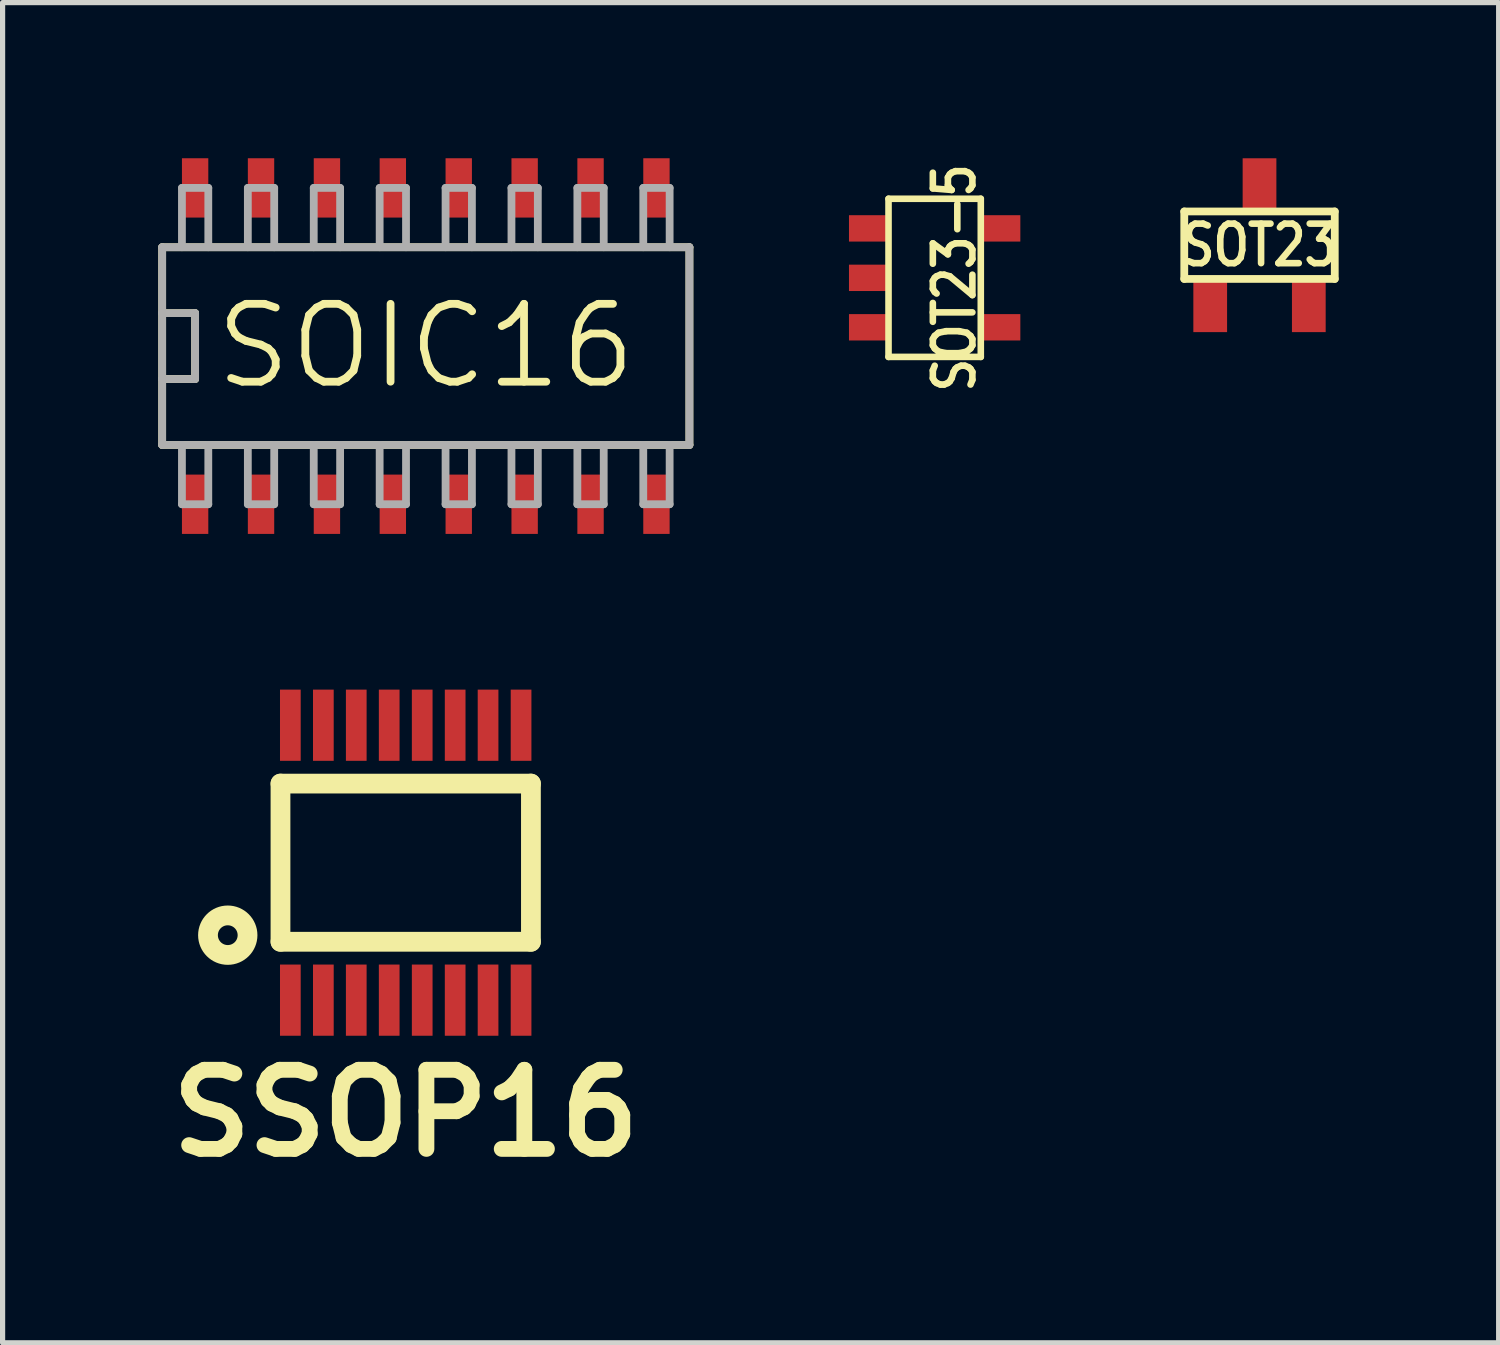
<source format=kicad_pcb>
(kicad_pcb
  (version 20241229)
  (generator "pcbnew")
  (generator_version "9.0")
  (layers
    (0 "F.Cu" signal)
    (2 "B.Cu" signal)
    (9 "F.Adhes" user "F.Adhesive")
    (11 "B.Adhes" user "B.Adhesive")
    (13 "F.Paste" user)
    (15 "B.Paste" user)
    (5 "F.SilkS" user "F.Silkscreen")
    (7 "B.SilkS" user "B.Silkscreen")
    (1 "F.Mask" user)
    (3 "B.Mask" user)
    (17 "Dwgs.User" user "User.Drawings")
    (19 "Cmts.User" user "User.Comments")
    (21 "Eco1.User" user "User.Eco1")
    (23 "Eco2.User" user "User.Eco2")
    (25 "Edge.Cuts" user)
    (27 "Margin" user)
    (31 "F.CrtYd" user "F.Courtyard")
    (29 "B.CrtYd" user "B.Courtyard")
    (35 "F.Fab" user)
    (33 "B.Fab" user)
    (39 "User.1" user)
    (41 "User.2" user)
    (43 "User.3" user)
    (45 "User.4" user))
  (footprint "SOIC16"
    (layer "F.Cu")
    (at 5.155 3.619)
    (property "Reference" "SOIC16" (at 0 0 0) (layer "F.SilkS") (effects (font (size 1.5 1.5) (thickness 0.15))))
    (attr through_hole)
    (fp_line (start -5.08 -1.905) (end 5.08 -1.905) (stroke (width 0.15) (type solid)) (layer "F.SilkS"))
    (fp_line (start -5.08 -0.635) (end -4.445 -0.635) (stroke (width 0.15) (type solid)) (layer "F.SilkS"))
    (fp_line (start -5.08 1.905) (end -5.08 -1.905) (stroke (width 0.15) (type solid)) (layer "F.SilkS"))
    (fp_line (start -4.445 -0.635) (end -4.445 0.635) (stroke (width 0.15) (type solid)) (layer "F.SilkS"))
    (fp_line (start -4.445 0.635) (end -5.08 0.635) (stroke (width 0.15) (type solid)) (layer "F.SilkS"))
    (fp_line (start 5.08 -1.905) (end 5.08 1.905) (stroke (width 0.15) (type solid)) (layer "F.SilkS"))
    (fp_line (start 5.08 1.905) (end -5.08 1.905) (stroke (width 0.15) (type solid)) (layer "F.SilkS"))
    (fp_line (start -5.08 -1.905) (end 5.08 -1.905) (stroke (width 0.15) (type solid)) (layer "F.Fab"))
    (fp_line (start -5.08 -0.635) (end -4.445 -0.635) (stroke (width 0.15) (type solid)) (layer "F.Fab"))
    (fp_line (start -5.08 1.905) (end -5.08 -1.905) (stroke (width 0.15) (type solid)) (layer "F.Fab"))
    (fp_line (start -4.699 -3.048) (end -4.191 -3.048) (stroke (width 0.15) (type solid)) (layer "F.Fab"))
    (fp_line (start -4.699 -1.905) (end -4.699 -3.048) (stroke (width 0.15) (type solid)) (layer "F.Fab"))
    (fp_line (start -4.699 1.905) (end -4.699 3.048) (stroke (width 0.15) (type solid)) (layer "F.Fab"))
    (fp_line (start -4.699 3.048) (end -4.191 3.048) (stroke (width 0.15) (type solid)) (layer "F.Fab"))
    (fp_line (start -4.445 -0.635) (end -4.445 0.635) (stroke (width 0.15) (type solid)) (layer "F.Fab"))
    (fp_line (start -4.445 0.635) (end -5.08 0.635) (stroke (width 0.15) (type solid)) (layer "F.Fab"))
    (fp_line (start -4.191 -3.048) (end -4.191 -1.905) (stroke (width 0.15) (type solid)) (layer "F.Fab"))
    (fp_line (start -4.191 3.048) (end -4.191 1.905) (stroke (width 0.15) (type solid)) (layer "F.Fab"))
    (fp_line (start -3.429 -3.048) (end -2.921 -3.048) (stroke (width 0.15) (type solid)) (layer "F.Fab"))
    (fp_line (start -3.429 -1.905) (end -3.429 -3.048) (stroke (width 0.15) (type solid)) (layer "F.Fab"))
    (fp_line (start -3.429 1.905) (end -3.429 3.048) (stroke (width 0.15) (type solid)) (layer "F.Fab"))
    (fp_line (start -3.429 3.048) (end -2.921 3.048) (stroke (width 0.15) (type solid)) (layer "F.Fab"))
    (fp_line (start -2.921 -3.048) (end -2.921 -1.905) (stroke (width 0.15) (type solid)) (layer "F.Fab"))
    (fp_line (start -2.921 3.048) (end -2.921 1.905) (stroke (width 0.15) (type solid)) (layer "F.Fab"))
    (fp_line (start -2.159 -3.048) (end -1.651 -3.048) (stroke (width 0.15) (type solid)) (layer "F.Fab"))
    (fp_line (start -2.159 -1.905) (end -2.159 -3.048) (stroke (width 0.15) (type solid)) (layer "F.Fab"))
    (fp_line (start -2.159 1.905) (end -2.159 3.048) (stroke (width 0.15) (type solid)) (layer "F.Fab"))
    (fp_line (start -2.159 3.048) (end -1.651 3.048) (stroke (width 0.15) (type solid)) (layer "F.Fab"))
    (fp_line (start -1.651 -3.048) (end -1.651 -1.905) (stroke (width 0.15) (type solid)) (layer "F.Fab"))
    (fp_line (start -1.651 3.048) (end -1.651 1.905) (stroke (width 0.15) (type solid)) (layer "F.Fab"))
    (fp_line (start -0.889 -3.048) (end -0.381 -3.048) (stroke (width 0.15) (type solid)) (layer "F.Fab"))
    (fp_line (start -0.889 -1.905) (end -0.889 -3.048) (stroke (width 0.15) (type solid)) (layer "F.Fab"))
    (fp_line (start -0.889 1.905) (end -0.889 3.048) (stroke (width 0.15) (type solid)) (layer "F.Fab"))
    (fp_line (start -0.889 3.048) (end -0.381 3.048) (stroke (width 0.15) (type solid)) (layer "F.Fab"))
    (fp_line (start -0.381 -3.048) (end -0.381 -1.905) (stroke (width 0.15) (type solid)) (layer "F.Fab"))
    (fp_line (start -0.381 3.048) (end -0.381 1.905) (stroke (width 0.15) (type solid)) (layer "F.Fab"))
    (fp_line (start 0.381 -3.048) (end 0.889 -3.048) (stroke (width 0.15) (type solid)) (layer "F.Fab"))
    (fp_line (start 0.381 -1.905) (end 0.381 -3.048) (stroke (width 0.15) (type solid)) (layer "F.Fab"))
    (fp_line (start 0.381 1.905) (end 0.381 3.048) (stroke (width 0.15) (type solid)) (layer "F.Fab"))
    (fp_line (start 0.381 3.048) (end 0.889 3.048) (stroke (width 0.15) (type solid)) (layer "F.Fab"))
    (fp_line (start 0.889 -3.048) (end 0.889 -1.905) (stroke (width 0.15) (type solid)) (layer "F.Fab"))
    (fp_line (start 0.889 3.048) (end 0.889 1.905) (stroke (width 0.15) (type solid)) (layer "F.Fab"))
    (fp_line (start 1.651 -3.048) (end 2.159 -3.048) (stroke (width 0.15) (type solid)) (layer "F.Fab"))
    (fp_line (start 1.651 -1.905) (end 1.651 -3.048) (stroke (width 0.15) (type solid)) (layer "F.Fab"))
    (fp_line (start 1.651 1.905) (end 1.651 3.048) (stroke (width 0.15) (type solid)) (layer "F.Fab"))
    (fp_line (start 1.651 3.048) (end 2.159 3.048) (stroke (width 0.15) (type solid)) (layer "F.Fab"))
    (fp_line (start 2.159 -3.048) (end 2.159 -1.905) (stroke (width 0.15) (type solid)) (layer "F.Fab"))
    (fp_line (start 2.159 3.048) (end 2.159 1.905) (stroke (width 0.15) (type solid)) (layer "F.Fab"))
    (fp_line (start 2.921 -3.048) (end 3.429 -3.048) (stroke (width 0.15) (type solid)) (layer "F.Fab"))
    (fp_line (start 2.921 -1.905) (end 2.921 -3.048) (stroke (width 0.15) (type solid)) (layer "F.Fab"))
    (fp_line (start 2.921 1.905) (end 2.921 3.048) (stroke (width 0.15) (type solid)) (layer "F.Fab"))
    (fp_line (start 2.921 3.048) (end 3.429 3.048) (stroke (width 0.15) (type solid)) (layer "F.Fab"))
    (fp_line (start 3.429 -3.048) (end 3.429 -1.905) (stroke (width 0.15) (type solid)) (layer "F.Fab"))
    (fp_line (start 3.429 3.048) (end 3.429 1.905) (stroke (width 0.15) (type solid)) (layer "F.Fab"))
    (fp_line (start 4.191 -3.048) (end 4.699 -3.048) (stroke (width 0.15) (type solid)) (layer "F.Fab"))
    (fp_line (start 4.191 -1.905) (end 4.191 -3.048) (stroke (width 0.15) (type solid)) (layer "F.Fab"))
    (fp_line (start 4.191 1.905) (end 4.191 3.048) (stroke (width 0.15) (type solid)) (layer "F.Fab"))
    (fp_line (start 4.191 3.048) (end 4.699 3.048) (stroke (width 0.15) (type solid)) (layer "F.Fab"))
    (fp_line (start 4.699 -3.048) (end 4.699 -1.905) (stroke (width 0.15) (type solid)) (layer "F.Fab"))
    (fp_line (start 4.699 3.048) (end 4.699 1.905) (stroke (width 0.15) (type solid)) (layer "F.Fab"))
    (fp_line (start 5.08 -1.905) (end 5.08 1.905) (stroke (width 0.15) (type solid)) (layer "F.Fab"))
    (fp_line (start 5.08 1.905) (end -5.08 1.905) (stroke (width 0.15) (type solid)) (layer "F.Fab"))
    (pad "1" smd rect (at -4.445 3.048) (size 0.508 1.143) (layers "F.Cu" "F.Mask" "F.Paste"))
    (pad "2" smd rect (at -3.175 3.048) (size 0.508 1.143) (layers "F.Cu" "F.Mask" "F.Paste"))
    (pad "3" smd rect (at -1.905 3.048) (size 0.508 1.143) (layers "F.Cu" "F.Mask" "F.Paste"))
    (pad "4" smd rect (at -0.635 3.048) (size 0.508 1.143) (layers "F.Cu" "F.Mask" "F.Paste"))
    (pad "5" smd rect (at 0.635 3.048) (size 0.508 1.143) (layers "F.Cu" "F.Mask" "F.Paste"))
    (pad "6" smd rect (at 1.905 3.048) (size 0.508 1.143) (layers "F.Cu" "F.Mask" "F.Paste"))
    (pad "7" smd rect (at 3.175 3.048) (size 0.508 1.143) (layers "F.Cu" "F.Mask" "F.Paste"))
    (pad "8" smd rect (at 4.445 3.048) (size 0.508 1.143) (layers "F.Cu" "F.Mask" "F.Paste"))
    (pad "9" smd rect (at 4.445 -3.048) (size 0.508 1.143) (layers "F.Cu" "F.Mask" "F.Paste"))
    (pad "10" smd rect (at 3.175 -3.048) (size 0.508 1.143) (layers "F.Cu" "F.Mask" "F.Paste"))
    (pad "11" smd rect (at 1.905 -3.048) (size 0.508 1.143) (layers "F.Cu" "F.Mask" "F.Paste"))
    (pad "12" smd rect (at 0.635 -3.048) (size 0.508 1.143) (layers "F.Cu" "F.Mask" "F.Paste"))
    (pad "13" smd rect (at -0.635 -3.048) (size 0.508 1.143) (layers "F.Cu" "F.Mask" "F.Paste"))
    (pad "14" smd rect (at -1.905 -3.048) (size 0.508 1.143) (layers "F.Cu" "F.Mask" "F.Paste"))
    (pad "15" smd rect (at -3.175 -3.048) (size 0.508 1.143) (layers "F.Cu" "F.Mask" "F.Paste"))
    (pad "16" smd rect (at -4.445 -3.048) (size 0.508 1.143) (layers "F.Cu" "F.Mask" "F.Paste")))
  (footprint "SOT23-5"
    (layer "F.Cu")
    (at 14.961 2.304)
    (property "Reference" "SOT23-5" (at 0.381 0 90) (layer "F.SilkS") (effects (font (size 0.762 0.635) (thickness 0.127))))
    (attr smd)
    (fp_line (start -0.889 -1.524) (end 0.889 -1.524) (stroke (width 0.127) (type solid)) (layer "F.SilkS"))
    (fp_line (start -0.889 1.524) (end -0.889 -1.524) (stroke (width 0.127) (type solid)) (layer "F.SilkS"))
    (fp_line (start 0.889 -1.524) (end 0.889 1.524) (stroke (width 0.127) (type solid)) (layer "F.SilkS"))
    (fp_line (start 0.889 1.524) (end -0.889 1.524) (stroke (width 0.127) (type solid)) (layer "F.SilkS"))
    (pad "1" smd rect (at -1.27 -0.953) (size 0.762 0.508) (layers "F.Cu" "F.Mask" "F.Paste"))
    (pad "2" smd rect (at -1.27 0) (size 0.762 0.508) (layers "F.Cu" "F.Mask" "F.Paste"))
    (pad "3" smd rect (at -1.27 0.953) (size 0.762 0.508) (layers "F.Cu" "F.Mask" "F.Paste"))
    (pad "4" smd rect (at 1.27 0.953) (size 0.762 0.508) (layers "F.Cu" "F.Mask" "F.Paste"))
    (pad "5" smd rect (at 1.27 -0.953) (size 0.762 0.508) (layers "F.Cu" "F.Mask" "F.Paste")))
  (footprint "SSOP16"
    (layer "F.Cu")
    (at 4.768 13.574)
    (property "Reference" "SSOP16" (at 0 4.826 0) (layer "F.SilkS") (effects (font (size 1.524 1.524) (thickness 0.305))))
    (attr smd)
    (fp_line (start -2.413 -1.524) (end -2.413 1.524) (stroke (width 0.381) (type solid)) (layer "F.SilkS"))
    (fp_line (start -2.413 1.524) (end 2.413 1.524) (stroke (width 0.381) (type solid)) (layer "F.SilkS"))
    (fp_line (start 2.413 -1.524) (end -2.413 -1.524) (stroke (width 0.381) (type solid)) (layer "F.SilkS"))
    (fp_line (start 2.413 1.524) (end 2.413 -1.524) (stroke (width 0.381) (type solid)) (layer "F.SilkS"))
    (fp_circle (center -3.429 1.397) (end -3.429 1.016) (stroke (width 0.381) (type solid)) (fill no) (layer "F.SilkS"))
    (pad "1" smd rect (at -2.223 2.649) (size 0.399 1.372) (layers "F.Cu" "F.Mask" "F.Paste"))
    (pad "2" smd rect (at -1.587 2.649) (size 0.399 1.372) (layers "F.Cu" "F.Mask" "F.Paste"))
    (pad "3" smd rect (at -0.953 2.649) (size 0.399 1.372) (layers "F.Cu" "F.Mask" "F.Paste"))
    (pad "4" smd rect (at -0.318 2.649) (size 0.399 1.372) (layers "F.Cu" "F.Mask" "F.Paste"))
    (pad "5" smd rect (at 0.318 2.649) (size 0.399 1.372) (layers "F.Cu" "F.Mask" "F.Paste"))
    (pad "6" smd rect (at 0.953 2.649) (size 0.399 1.372) (layers "F.Cu" "F.Mask" "F.Paste"))
    (pad "7" smd rect (at 1.587 2.649) (size 0.399 1.372) (layers "F.Cu" "F.Mask" "F.Paste"))
    (pad "8" smd rect (at 2.223 2.649) (size 0.399 1.372) (layers "F.Cu" "F.Mask" "F.Paste"))
    (pad "9" smd rect (at 2.223 -2.649) (size 0.399 1.372) (layers "F.Cu" "F.Mask" "F.Paste"))
    (pad "10" smd rect (at 1.587 -2.649) (size 0.399 1.372) (layers "F.Cu" "F.Mask" "F.Paste"))
    (pad "11" smd rect (at 0.953 -2.649) (size 0.399 1.372) (layers "F.Cu" "F.Mask" "F.Paste"))
    (pad "12" smd rect (at 0.318 -2.649) (size 0.399 1.372) (layers "F.Cu" "F.Mask" "F.Paste"))
    (pad "13" smd rect (at -0.318 -2.649) (size 0.399 1.372) (layers "F.Cu" "F.Mask" "F.Paste"))
    (pad "14" smd rect (at -0.953 -2.649) (size 0.399 1.372) (layers "F.Cu" "F.Mask" "F.Paste"))
    (pad "15" smd rect (at -1.587 -2.649) (size 0.399 1.372) (layers "F.Cu" "F.Mask" "F.Paste"))
    (pad "16" smd rect (at -2.223 -2.649) (size 0.399 1.372) (layers "F.Cu" "F.Mask" "F.Paste")))
  (footprint "SOT23"
    (layer "F.Cu")
    (at 21.221 1.675)
    (property "Reference" "SOT23" (at 0 0 0) (layer "F.SilkS") (effects (font (size 0.762 0.635) (thickness 0.127))))
    (attr smd)
    (fp_line (start -1.45 -0.65) (end 1.45 -0.65) (stroke (width 0.15) (type solid)) (layer "F.SilkS"))
    (fp_line (start -1.45 0.65) (end -1.45 -0.65) (stroke (width 0.15) (type solid)) (layer "F.SilkS"))
    (fp_line (start 1.45 -0.65) (end 1.45 0.65) (stroke (width 0.15) (type solid)) (layer "F.SilkS"))
    (fp_line (start 1.45 0.65) (end -1.45 0.65) (stroke (width 0.15) (type solid)) (layer "F.SilkS"))
    (pad "1" smd rect (at -0.95 1.15) (size 0.65 1.05) (layers "F.Cu" "F.Mask" "F.Paste"))
    (pad "2" smd rect (at 0.95 1.15) (size 0.65 1.05) (layers "F.Cu" "F.Mask" "F.Paste"))
    (pad "3" smd rect (at 0 -1.15) (size 0.65 1.05) (layers "F.Cu" "F.Mask" "F.Paste")))
  (gr_rect
    (start -3 -3)
    (end 25.829 22.826)
    (stroke (width 0.1) (type default))
    (fill no)
    (layer "Edge.Cuts")))
</source>
